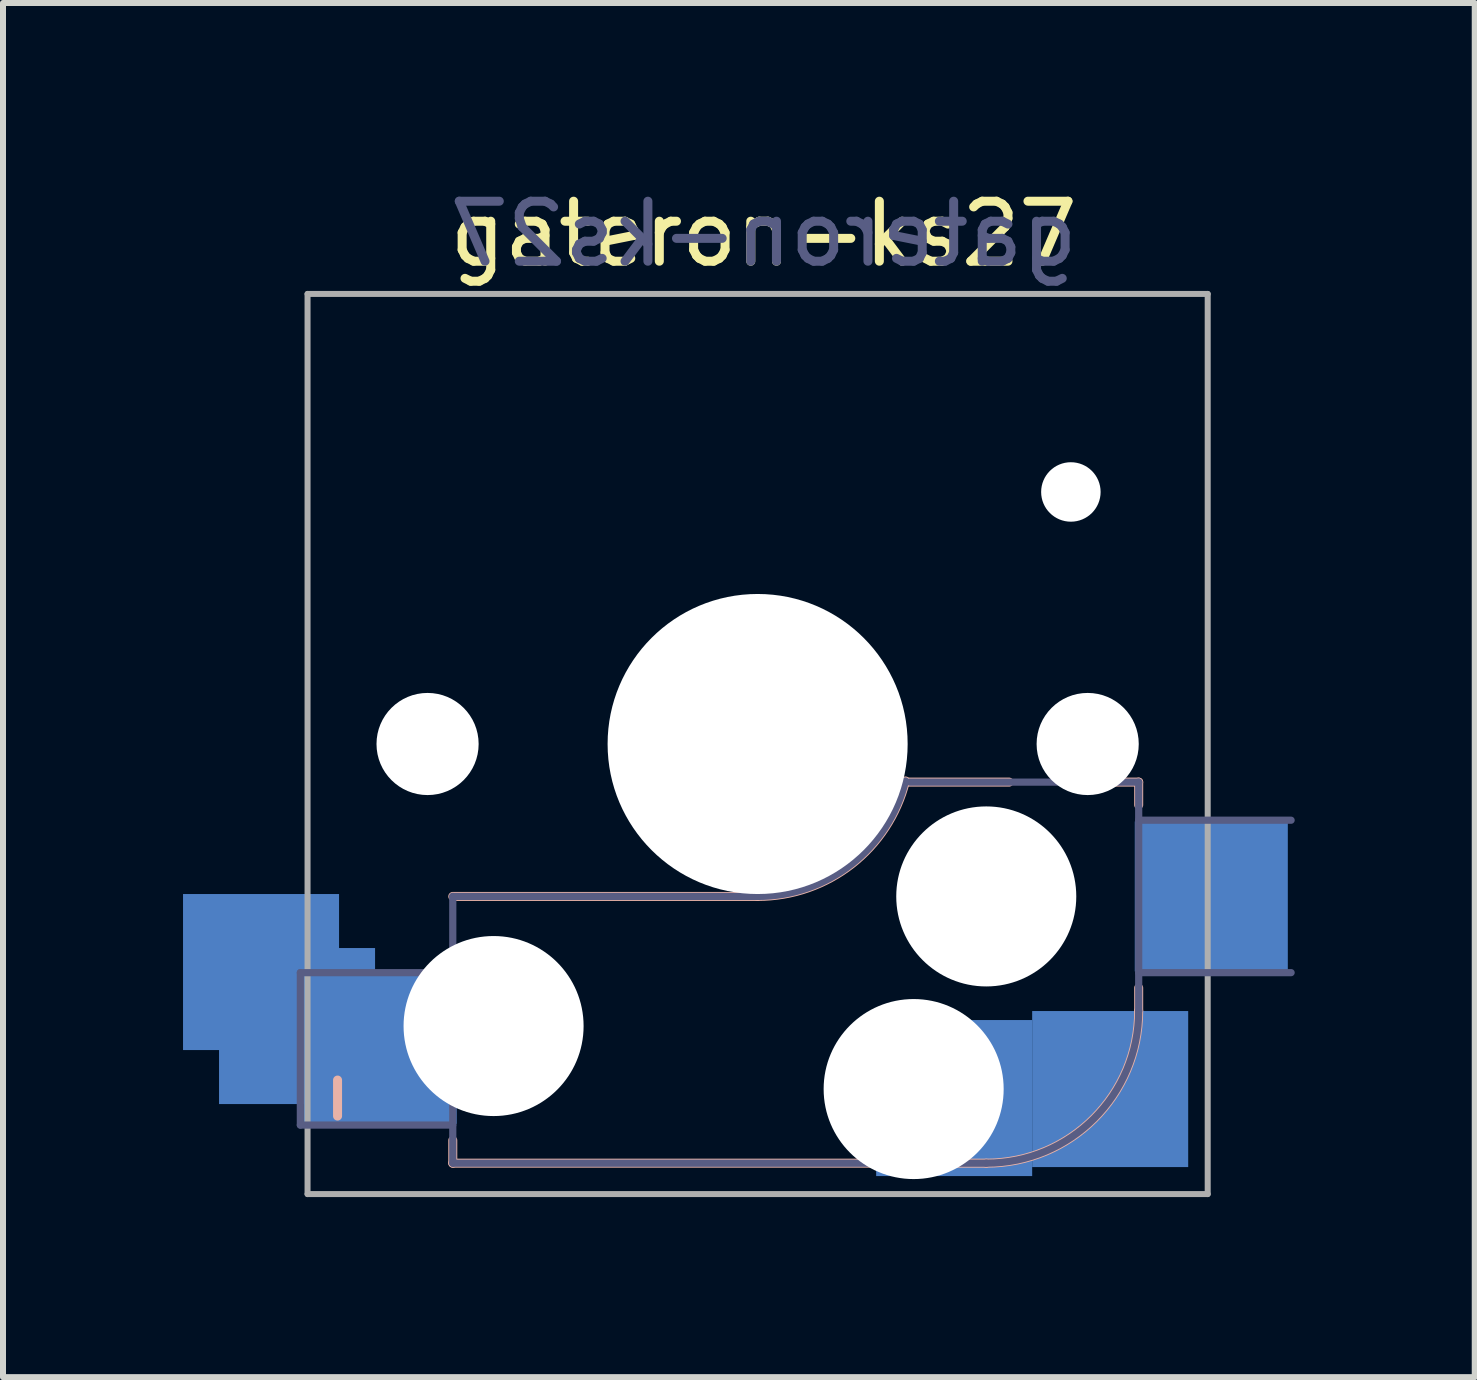
<source format=kicad_pcb>
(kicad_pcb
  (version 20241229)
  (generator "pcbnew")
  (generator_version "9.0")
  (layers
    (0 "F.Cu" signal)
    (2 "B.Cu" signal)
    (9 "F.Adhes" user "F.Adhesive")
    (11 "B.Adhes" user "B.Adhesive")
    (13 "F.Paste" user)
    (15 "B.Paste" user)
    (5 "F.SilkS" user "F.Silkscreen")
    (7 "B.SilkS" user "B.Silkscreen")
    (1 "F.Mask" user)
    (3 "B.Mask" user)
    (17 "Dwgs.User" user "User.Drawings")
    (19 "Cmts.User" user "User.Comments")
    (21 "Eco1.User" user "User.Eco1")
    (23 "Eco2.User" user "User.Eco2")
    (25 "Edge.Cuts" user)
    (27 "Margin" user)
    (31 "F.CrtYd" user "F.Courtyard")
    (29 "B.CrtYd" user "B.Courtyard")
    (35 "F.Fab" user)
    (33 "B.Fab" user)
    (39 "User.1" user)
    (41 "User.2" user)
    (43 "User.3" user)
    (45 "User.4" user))
  (footprint "gateron-ks27"
    (layer "F.Cu")
    (at 9.575 9.348)
    (property "Reference" "gateron-ks27" (at 0.1 -8.5 0) (unlocked yes) (layer "F.SilkS") (effects (font (size 1 1) (thickness 0.15))))
    (attr through_hole)
    (fp_line (start -7 5.6) (end -7 6.2) (stroke (width 0.15) (type solid)) (layer "B.SilkS"))
    (fp_line (start -5.08 2.54) (end 0 2.54) (stroke (width 0.15) (type solid)) (layer "B.SilkS"))
    (fp_line (start -5.08 6.985) (end -5.08 6.604) (stroke (width 0.15) (type solid)) (layer "B.SilkS"))
    (fp_line (start 2.464 0.635) (end 4.191 0.635) (stroke (width 0.15) (type solid)) (layer "B.SilkS"))
    (fp_line (start 3.81 6.985) (end -5.08 6.985) (stroke (width 0.15) (type solid)) (layer "B.SilkS"))
    (fp_line (start 5.969 0.635) (end 6.35 0.635) (stroke (width 0.15) (type solid)) (layer "B.SilkS"))
    (fp_line (start 6.35 1.016) (end 6.35 0.635) (stroke (width 0.15) (type solid)) (layer "B.SilkS"))
    (fp_line (start 6.35 4.445) (end 6.35 4.064) (stroke (width 0.15) (type solid)) (layer "B.SilkS"))
    (fp_arc (start 2.464162 0.61604) (mid 1.563147 2.002042) (end 0 2.54) (stroke (width 0.15) (type solid)) (layer "B.SilkS"))
    (fp_arc (start 6.35 4.445) (mid 5.606051 6.241051) (end 3.81 6.985) (stroke (width 0.15) (type solid)) (layer "B.SilkS"))
    (fp_line (start -7 -7) (end -7 7) (stroke (width 0.12) (type solid)) (layer "Eco2.User"))
    (fp_line (start -7 7) (end 7 7) (stroke (width 0.12) (type solid)) (layer "Eco2.User"))
    (fp_line (start -3.2 -6.3) (end -3.2 -3.1) (stroke (width 0.12) (type solid)) (layer "Eco2.User"))
    (fp_line (start 1.8 -6.3) (end -3.2 -6.3) (stroke (width 0.12) (type solid)) (layer "Eco2.User"))
    (fp_line (start 1.8 -6.3) (end 1.8 -3.1) (stroke (width 0.12) (type solid)) (layer "Eco2.User"))
    (fp_line (start 1.8 -3.1) (end -3.2 -3.1) (stroke (width 0.12) (type solid)) (layer "Eco2.User"))
    (fp_line (start 7 -7) (end -7 -7) (stroke (width 0.12) (type solid)) (layer "Eco2.User"))
    (fp_line (start 7 7) (end 7 -7) (stroke (width 0.12) (type solid)) (layer "Eco2.User"))
    (fp_line (start -7.62 3.81) (end -5.08 3.81) (stroke (width 0.12) (type solid)) (layer "B.Fab"))
    (fp_line (start -7.62 6.35) (end -7.62 3.81) (stroke (width 0.12) (type solid)) (layer "B.Fab"))
    (fp_line (start -5.08 2.54) (end 0 2.54) (stroke (width 0.12) (type solid)) (layer "B.Fab"))
    (fp_line (start -5.08 6.35) (end -7.62 6.35) (stroke (width 0.12) (type solid)) (layer "B.Fab"))
    (fp_line (start -5.08 6.985) (end -5.08 2.54) (stroke (width 0.12) (type solid)) (layer "B.Fab"))
    (fp_line (start 3.81 6.985) (end -5.08 6.985) (stroke (width 0.12) (type solid)) (layer "B.Fab"))
    (fp_line (start 6.35 0.635) (end 2.54 0.635) (stroke (width 0.12) (type solid)) (layer "B.Fab"))
    (fp_line (start 6.35 0.635) (end 6.35 4.445) (stroke (width 0.12) (type solid)) (layer "B.Fab"))
    (fp_line (start 6.35 1.27) (end 8.89 1.27) (stroke (width 0.12) (type solid)) (layer "B.Fab"))
    (fp_line (start 8.89 3.81) (end 6.35 3.81) (stroke (width 0.12) (type solid)) (layer "B.Fab"))
    (fp_arc (start 2.464162 0.61604) (mid 1.563147 2.002042) (end 0 2.54) (stroke (width 0.12) (type solid)) (layer "B.Fab"))
    (fp_arc (start 6.35 4.445) (mid 5.606051 6.241051) (end 3.81 6.985) (stroke (width 0.12) (type solid)) (layer "B.Fab"))
    (fp_line (start -7.5 -7.5) (end -7.5 7.5) (stroke (width 0.1) (type solid)) (layer "F.Fab"))
    (fp_line (start -7.5 7.5) (end 7.5 7.5) (stroke (width 0.1) (type solid)) (layer "F.Fab"))
    (fp_line (start 7.5 -7.5) (end -7.5 -7.5) (stroke (width 0.1) (type solid)) (layer "F.Fab"))
    (fp_line (start 7.5 7.5) (end 7.5 -7.5) (stroke (width 0.1) (type solid)) (layer "F.Fab"))
    (fp_text user "${REFERENCE}" (at 0.1 -8.5 0) (layer "B.Fab") (effects (font (size 1 1) (thickness 0.15)) (justify mirror)))
    (pad "" np_thru_hole circle (at -5.5 0) (size 1.702 1.702) (drill 1.702) (layers "*.Cu" "*.Mask"))
    (pad "" np_thru_hole circle (at -4.4 4.7) (size 3 3) (drill 3) (layers "*.Cu" "*.Mask"))
    (pad "" np_thru_hole circle (at 0 0 180) (size 3.988 3.988) (drill 3.988) (layers "*.Cu" "*.Mask"))
    (pad "" np_thru_hole circle (at 0 0) (size 5 5) (drill 5) (layers "*.Cu" "*.Mask"))
    (pad "" np_thru_hole circle (at 2.6 5.75) (size 3 3) (drill 3) (layers "*.Cu" "*.Mask"))
    (pad "" np_thru_hole circle (at 3.81 2.54 180) (size 3 3) (drill 3) (layers "*.Cu" "*.Mask"))
    (pad "" np_thru_hole circle (at 5.22 -4.2) (size 0.991 0.991) (drill 0.991) (layers "*.Cu" "*.Mask"))
    (pad "" np_thru_hole circle (at 5.5 0) (size 1.702 1.702) (drill 1.702) (layers "*.Cu" "*.Mask"))
    (pad "1" smd rect (at -8.275 3.8) (size 2.6 2.6) (layers "B.Cu" "B.Mask" "B.Paste"))
    (pad "1" smd rect (at -7.675 4.7) (size 2.6 2.6) (layers "B.Cu" "B.Mask" "B.Paste"))
    (pad "1" smd rect (at -6.29 5.08 180) (size 2.55 2.5) (layers "B.Cu" "B.Mask" "B.Paste"))
    (pad "2" smd rect (at 3.275 5.9) (size 2.6 2.6) (layers "B.Cu" "B.Mask" "B.Paste"))
    (pad "2" smd rect (at 5.875 5.75) (size 2.6 2.6) (layers "B.Cu" "B.Mask" "B.Paste"))
    (pad "2" smd rect (at 7.56 2.54 180) (size 2.55 2.5) (layers "B.Cu" "B.Mask" "B.Paste")))
  (gr_rect
    (start -3 -3)
    (end 21.525 19.898)
    (stroke (width 0.1) (type default))
    (fill no)
    (layer "Edge.Cuts")))
</source>
